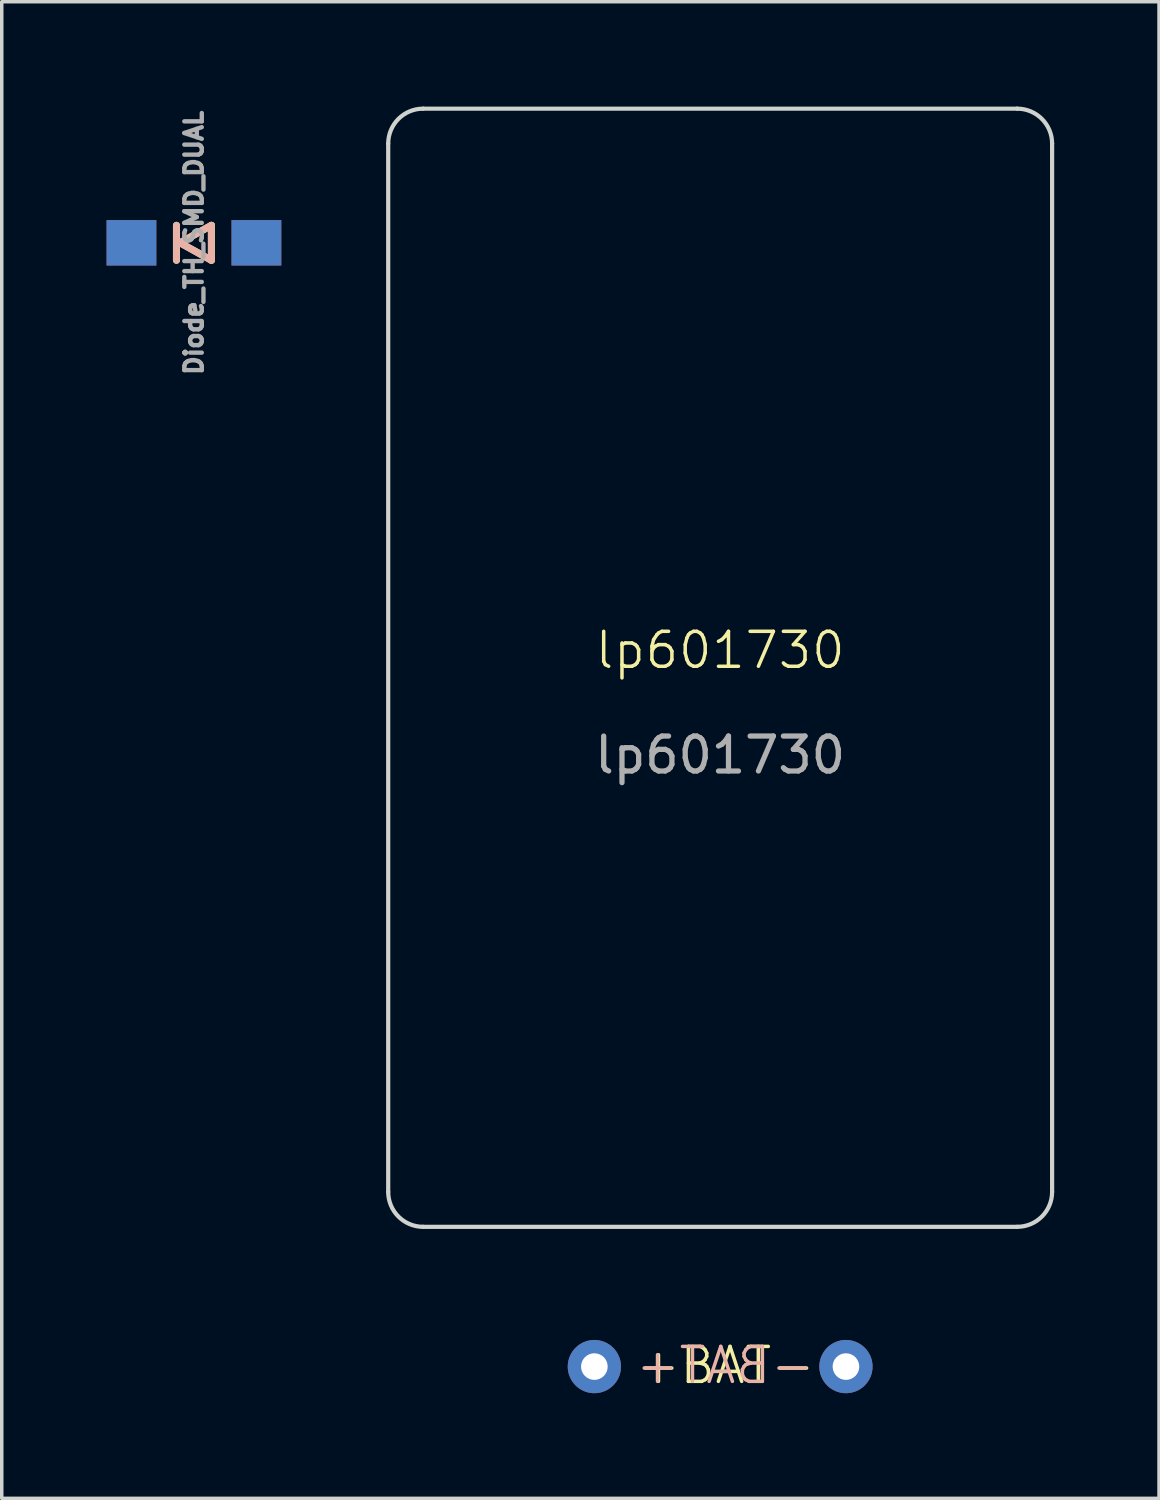
<source format=kicad_pcb>
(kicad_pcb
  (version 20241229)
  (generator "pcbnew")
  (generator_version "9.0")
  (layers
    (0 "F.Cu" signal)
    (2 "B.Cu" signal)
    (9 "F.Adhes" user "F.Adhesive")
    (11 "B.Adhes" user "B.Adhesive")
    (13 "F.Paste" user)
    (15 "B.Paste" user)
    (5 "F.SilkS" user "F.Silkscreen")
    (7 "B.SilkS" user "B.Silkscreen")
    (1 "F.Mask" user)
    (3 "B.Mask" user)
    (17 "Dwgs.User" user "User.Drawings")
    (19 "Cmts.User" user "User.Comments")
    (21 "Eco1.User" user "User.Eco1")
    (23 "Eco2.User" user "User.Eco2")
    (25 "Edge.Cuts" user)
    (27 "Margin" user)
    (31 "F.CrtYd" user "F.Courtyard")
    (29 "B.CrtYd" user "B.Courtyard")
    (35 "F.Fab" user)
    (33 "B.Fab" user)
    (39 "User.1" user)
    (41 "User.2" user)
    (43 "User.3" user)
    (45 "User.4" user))
  (footprint "lp601730"
    (layer "F.Cu")
    (at 17.56 16.06)
    (property "Reference" "lp601730" (at 0 -0.5 0) (unlocked yes) (layer "F.SilkS") (effects (font (size 1 1) (thickness 0.1))))
    (fp_line (start -9.5 15) (end -9.5 -15) (stroke (width 0.12) (type solid)) (layer "Edge.Cuts"))
    (fp_line (start -8.5 -16) (end 8.5 -16) (stroke (width 0.12) (type solid)) (layer "Edge.Cuts"))
    (fp_line (start 8.5 16) (end -8.5 16) (stroke (width 0.12) (type solid)) (layer "Edge.Cuts"))
    (fp_line (start 9.5 -15) (end 9.5 15) (stroke (width 0.12) (type solid)) (layer "Edge.Cuts"))
    (fp_arc (start -9.5 -15) (mid -9.207092 -15.707092) (end -8.5 -16) (stroke (width 0.12) (type default)) (layer "Edge.Cuts"))
    (fp_arc (start -8.5 16) (mid -9.2071 15.7071) (end -9.5 15) (stroke (width 0.12) (type default)) (layer "Edge.Cuts"))
    (fp_arc (start 8.5 -16) (mid 9.207107 -15.707107) (end 9.5 -15) (stroke (width 0.12) (type default)) (layer "Edge.Cuts"))
    (fp_arc (start 9.5 15) (mid 9.207121 15.707121) (end 8.5 16) (stroke (width 0.12) (type default)) (layer "Edge.Cuts"))
    (fp_text user "+BAT-" (at -2.45 20.55 0) (unlocked yes) (layer "F.SilkS") (effects (font (size 1 1) (thickness 0.1)) (justify left bottom)))
    (fp_text user "-BAT+" (at 2.75 20.55 0) (unlocked yes) (layer "B.SilkS") (effects (font (size 1 1) (thickness 0.1)) (justify left bottom mirror)))
    (fp_text user "${REFERENCE}" (at 0 2.5 0) (unlocked yes) (layer "F.Fab") (effects (font (size 1 1) (thickness 0.15))))
    (pad "1" thru_hole circle (at -3.6 20) (size 1.524 1.524) (drill 0.762) (layers "*.Cu" "*.Mask"))
    (pad "2" thru_hole circle (at 3.6 20) (size 1.524 1.524) (drill 0.762) (layers "*.Cu" "*.Mask")))
  (footprint "Diode_TH_SMD_DUAL"
    (layer "F.Cu")
    (at 2.5 3.899)
    (property "Reference" "Diode_TH_SMD_DUAL" (at 0 0 90) (layer "F.Fab") (effects (font (size 0.5 0.5) (thickness 0.125))))
    (attr through_hole)
    (fp_line (start -0.5 -0.5) (end -0.5 0.5) (stroke (width 0.2) (type solid)) (layer "F.SilkS"))
    (fp_line (start -0.4 0) (end 0.5 -0.5) (stroke (width 0.2) (type solid)) (layer "F.SilkS"))
    (fp_line (start 0.5 -0.5) (end 0.5 0.5) (stroke (width 0.2) (type solid)) (layer "F.SilkS"))
    (fp_line (start 0.5 0.5) (end -0.4 0) (stroke (width 0.2) (type solid)) (layer "F.SilkS"))
    (fp_line (start -0.5 -0.5) (end -0.5 0.5) (stroke (width 0.2) (type solid)) (layer "B.SilkS"))
    (fp_line (start -0.4 0) (end 0.5 0.5) (stroke (width 0.2) (type solid)) (layer "B.SilkS"))
    (fp_line (start 0.5 -0.5) (end -0.4 0) (stroke (width 0.2) (type solid)) (layer "B.SilkS"))
    (fp_line (start 0.5 -0.5) (end 0.5 0.5) (stroke (width 0.2) (type solid)) (layer "B.SilkS"))
    (pad "1" smd rect (at -1.788 0) (size 1.425 1.3) (layers "F.Cu" "F.Mask" "F.Paste"))
    (pad "1" smd rect (at -1.788 0) (size 1.425 1.3) (layers "B.Cu" "B.Mask" "B.Paste"))
    (pad "2" smd rect (at 1.788 0) (size 1.425 1.3) (layers "F.Cu" "F.Mask" "F.Paste"))
    (pad "2" smd rect (at 1.788 0) (size 1.425 1.3) (layers "B.Cu" "B.Mask" "B.Paste")))
  (gr_rect
    (start -3 -3)
    (end 30.12 39.831)
    (stroke (width 0.1) (type default))
    (fill no)
    (layer "Edge.Cuts")))
</source>
